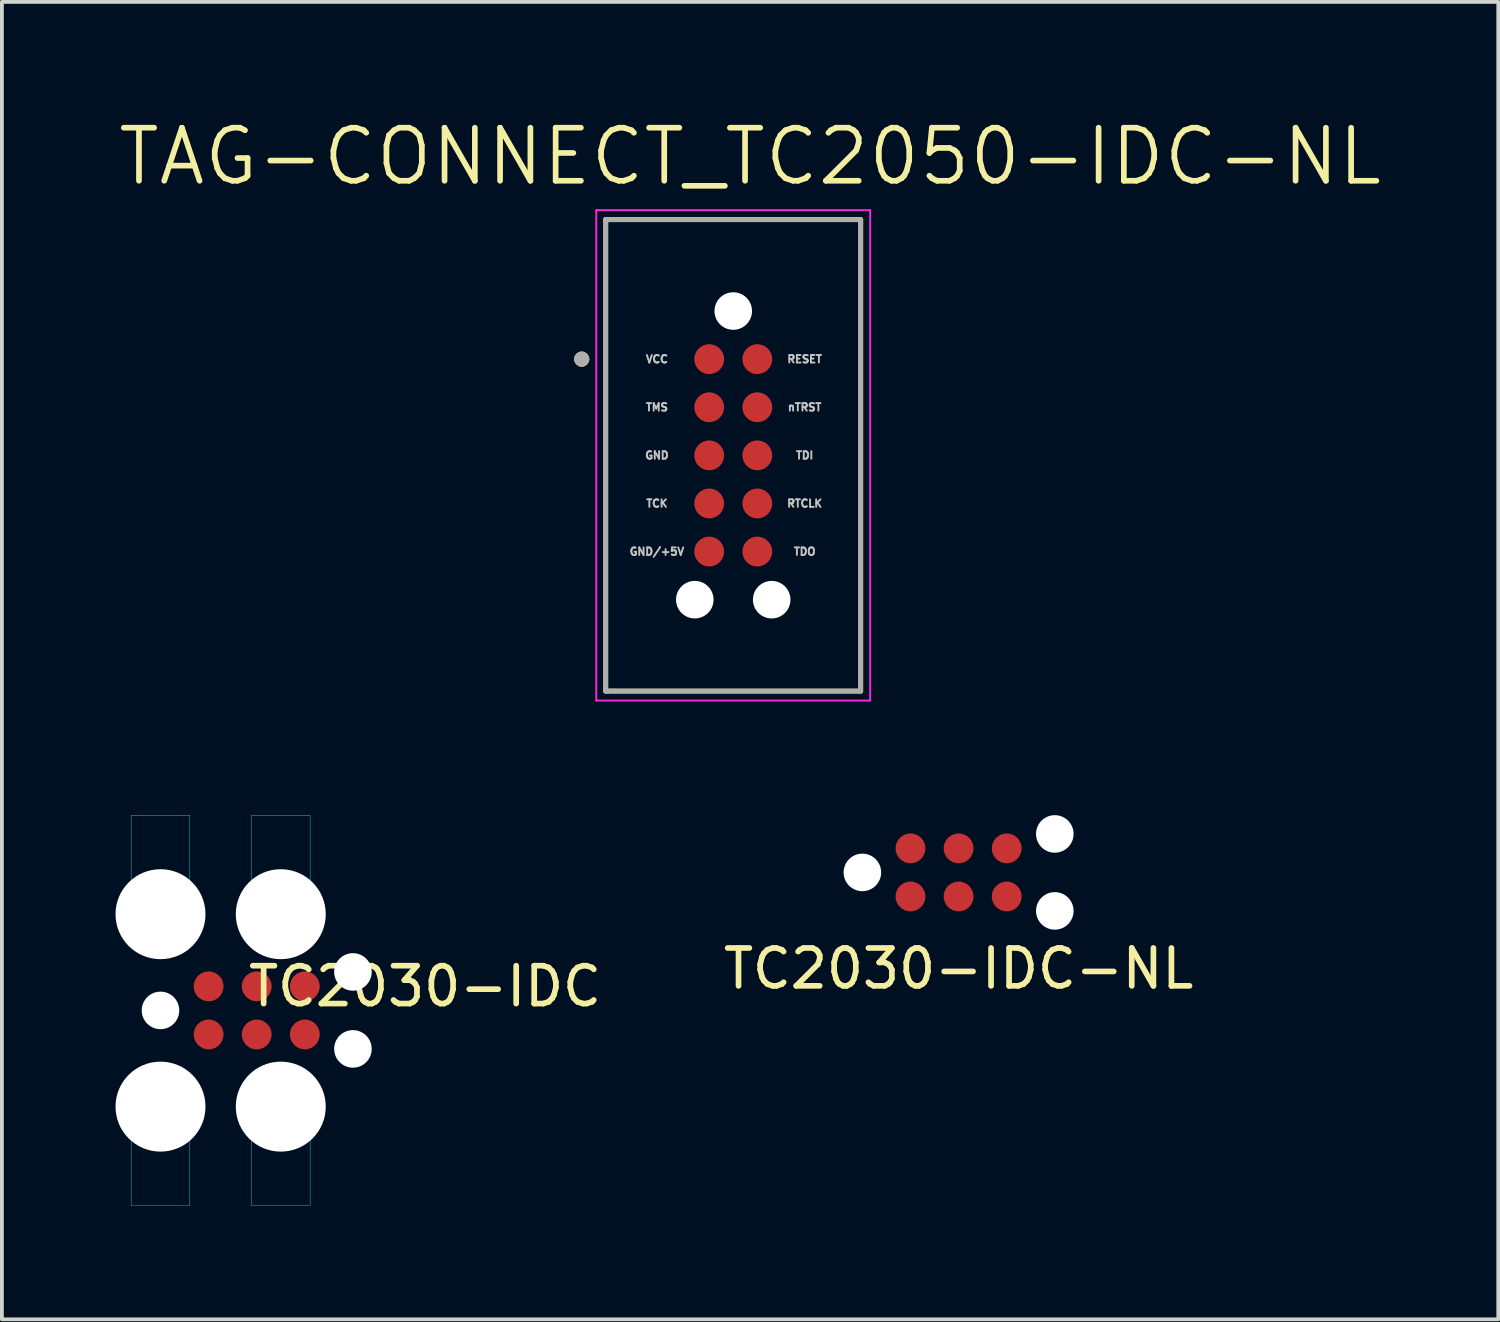
<source format=kicad_pcb>
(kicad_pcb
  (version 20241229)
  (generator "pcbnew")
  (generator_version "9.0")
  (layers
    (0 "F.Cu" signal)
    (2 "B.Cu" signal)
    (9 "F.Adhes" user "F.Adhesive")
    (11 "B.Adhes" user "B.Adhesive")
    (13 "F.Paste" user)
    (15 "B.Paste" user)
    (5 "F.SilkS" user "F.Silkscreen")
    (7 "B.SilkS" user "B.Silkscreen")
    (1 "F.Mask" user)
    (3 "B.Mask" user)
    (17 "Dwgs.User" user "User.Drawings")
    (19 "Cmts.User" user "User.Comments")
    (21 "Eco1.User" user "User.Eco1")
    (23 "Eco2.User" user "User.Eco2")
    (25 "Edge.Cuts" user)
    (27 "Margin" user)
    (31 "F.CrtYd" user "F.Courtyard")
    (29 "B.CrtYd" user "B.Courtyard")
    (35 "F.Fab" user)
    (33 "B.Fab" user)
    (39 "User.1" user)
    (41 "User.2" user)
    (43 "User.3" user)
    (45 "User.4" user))
  (footprint "TC2030-IDC-NL"
    (layer "F.Cu")
    (at 22.256 19.981)
    (property "Reference" "TC2030-IDC-NL" (at 0 2.54 0) (layer "F.SilkS") (effects (font (size 1 1) (thickness 0.15))))
    (attr through_hole)
    (pad "" np_thru_hole circle (at -2.54 0) (size 0.991 0.991) (drill 0.991) (layers "*.Cu" "*.Mask"))
    (pad "" np_thru_hole circle (at 2.54 -1.016) (size 0.991 0.991) (drill 0.991) (layers "*.Cu" "*.Mask"))
    (pad "" np_thru_hole circle (at 2.54 1.016) (size 0.991 0.991) (drill 0.991) (layers "*.Cu" "*.Mask"))
    (pad "1" smd circle (at -1.27 0.635) (size 0.787 0.787) (layers "F.Cu" "F.Mask" "F.Paste"))
    (pad "2" smd circle (at -1.27 -0.635) (size 0.787 0.787) (layers "F.Cu" "F.Mask" "F.Paste"))
    (pad "3" smd circle (at 0 0.635) (size 0.787 0.787) (layers "F.Cu" "F.Mask" "F.Paste"))
    (pad "4" smd circle (at 0 -0.635) (size 0.787 0.787) (layers "F.Cu" "F.Mask" "F.Paste"))
    (pad "5" smd circle (at 1.27 0.635) (size 0.787 0.787) (layers "F.Cu" "F.Mask" "F.Paste"))
    (pad "6" smd circle (at 1.27 -0.635) (size 0.787 0.787) (layers "F.Cu" "F.Mask" "F.Paste"))
    (zone (net_name "") (layer "F.Cu") (hatch full 0.508) (connect_pads) (min_thickness 0.01) (filled_areas_thickness no) (keepout (tracks not_allowed) (vias not_allowed) (pads not_allowed) (copperpour not_allowed) (footprints allowed)) (placement (enabled no)) (fill) (polygon (pts (xy 20.986 19.346) (xy 23.526 19.346) (xy 23.526 20.616) (xy 20.986 20.616)))))
  (footprint "TAG-CONNECT_TC2050-IDC-NL"
    (layer "F.Cu")
    (at 15.672 6.431)
    (property "Reference" "TAG-CONNECT_TC2050-IDC-NL" (at 1.08 -5.349 0) (layer "F.SilkS") (effects (font (size 1.4 1.4) (thickness 0.15))))
    (attr smd)
    (fp_line (start -2.731 -3.683) (end 4 -3.683) (stroke (width 0.127) (type solid)) (layer "F.SilkS"))
    (fp_line (start -2.731 8.763) (end -2.731 -3.683) (stroke (width 0.127) (type solid)) (layer "F.SilkS"))
    (fp_line (start 4 -3.683) (end 4 8.763) (stroke (width 0.127) (type solid)) (layer "F.SilkS"))
    (fp_line (start 4 8.763) (end -2.731 8.763) (stroke (width 0.127) (type solid)) (layer "F.SilkS"))
    (fp_circle (center -3.365 0) (end -3.265 0) (stroke (width 0.2) (type solid)) (fill no) (layer "F.SilkS"))
    (fp_line (start -2.981 -3.933) (end 4.25 -3.933) (stroke (width 0.05) (type solid)) (layer "F.CrtYd"))
    (fp_line (start -2.981 9.013) (end -2.981 -3.933) (stroke (width 0.05) (type solid)) (layer "F.CrtYd"))
    (fp_line (start 4.25 -3.933) (end 4.25 9.013) (stroke (width 0.05) (type solid)) (layer "F.CrtYd"))
    (fp_line (start 4.25 9.013) (end -2.981 9.013) (stroke (width 0.05) (type solid)) (layer "F.CrtYd"))
    (fp_line (start -2.731 -3.683) (end 4 -3.683) (stroke (width 0.127) (type solid)) (layer "F.Fab"))
    (fp_line (start -2.731 8.763) (end -2.731 -3.683) (stroke (width 0.127) (type solid)) (layer "F.Fab"))
    (fp_line (start 4 -3.683) (end 4 8.763) (stroke (width 0.127) (type solid)) (layer "F.Fab"))
    (fp_line (start 4 8.763) (end -2.731 8.763) (stroke (width 0.127) (type solid)) (layer "F.Fab"))
    (fp_circle (center -3.365 0) (end -3.265 0) (stroke (width 0.2) (type solid)) (fill no) (layer "F.Fab"))
    (fp_text user "TDO" (at 2.52 5.08 0) (unlocked yes) (layer "Dwgs.User") (effects (font (size 0.2 0.2) (thickness 0.05))))
    (fp_text user "GND/+5V" (at -1.38 5.08 0) (unlocked yes) (layer "Dwgs.User") (effects (font (size 0.2 0.2) (thickness 0.05))))
    (fp_text user "nTRST" (at 2.52 1.27 0) (unlocked yes) (layer "Dwgs.User") (effects (font (size 0.2 0.2) (thickness 0.05))))
    (fp_text user "VCC" (at -1.38 0 0) (unlocked yes) (layer "Dwgs.User") (effects (font (size 0.2 0.2) (thickness 0.05))))
    (fp_text user "GND" (at -1.38 2.54 0) (unlocked yes) (layer "Dwgs.User") (effects (font (size 0.2 0.2) (thickness 0.05))))
    (fp_text user "RESET" (at 2.52 0 0) (unlocked yes) (layer "Dwgs.User") (effects (font (size 0.2 0.2) (thickness 0.05))))
    (fp_text user "RTCLK" (at 2.52 3.81 0) (unlocked yes) (layer "Dwgs.User") (effects (font (size 0.2 0.2) (thickness 0.05))))
    (fp_text user "TMS" (at -1.38 1.27 0) (unlocked yes) (layer "Dwgs.User") (effects (font (size 0.2 0.2) (thickness 0.05))))
    (fp_text user "TCK" (at -1.38 3.81 0) (unlocked yes) (layer "Dwgs.User") (effects (font (size 0.2 0.2) (thickness 0.05))))
    (fp_text user "TDI" (at 2.52 2.54 0) (unlocked yes) (layer "Dwgs.User") (effects (font (size 0.2 0.2) (thickness 0.05))))
    (pad "" np_thru_hole circle (at -0.38 6.35) (size 0.991 0.991) (drill 0.991) (layers "*.Cu" "*.Mask"))
    (pad "" np_thru_hole circle (at 0.635 -1.27) (size 0.991 0.991) (drill 0.991) (layers "*.Cu" "*.Mask"))
    (pad "" np_thru_hole circle (at 1.65 6.35) (size 0.991 0.991) (drill 0.991) (layers "*.Cu" "*.Mask"))
    (pad "1" smd circle (at 0 0 270) (size 0.787 0.787) (layers "F.Cu" "F.Mask"))
    (pad "2" smd circle (at 0 1.27 270) (size 0.787 0.787) (layers "F.Cu" "F.Mask"))
    (pad "3" smd circle (at 0 2.54 270) (size 0.787 0.787) (layers "F.Cu" "F.Mask"))
    (pad "4" smd circle (at 0 3.81 270) (size 0.787 0.787) (layers "F.Cu" "F.Mask"))
    (pad "5" smd circle (at 0 5.08 270) (size 0.787 0.787) (layers "F.Cu" "F.Mask"))
    (pad "6" smd circle (at 1.27 5.08 90) (size 0.787 0.787) (layers "F.Cu" "F.Mask"))
    (pad "7" smd circle (at 1.27 3.81 90) (size 0.787 0.787) (layers "F.Cu" "F.Mask"))
    (pad "8" smd circle (at 1.27 2.54 90) (size 0.787 0.787) (layers "F.Cu" "F.Mask"))
    (pad "9" smd circle (at 1.27 1.27 90) (size 0.787 0.787) (layers "F.Cu" "F.Mask"))
    (pad "10" smd circle (at 1.27 0 90) (size 0.787 0.787) (layers "F.Cu" "F.Mask"))
    (zone (net_name "") (layer "F.Cu") (hatch full 0.508) (connect_pads) (min_thickness 0.01) (filled_areas_thickness no) (keepout (tracks not_allowed) (vias not_allowed) (pads allowed) (copperpour not_allowed) (footprints allowed)) (placement (enabled no)) (fill) (polygon (pts (xy 15.672 7.051) (xy 15.672 6.431) (xy 16.222 6.431) (xy 16.942 6.431) (xy 16.942 11.511) (xy 15.672 11.511))))
    (zone (net_name "") (layers "F.Cu" "B.Cu") (hatch full 0.508) (connect_pads) (min_thickness 0.01) (filled_areas_thickness no) (keepout (tracks allowed) (vias not_allowed) (pads allowed) (copperpour allowed) (footprints allowed)) (placement (enabled no)) (fill) (polygon (pts (xy 15.672 6.431) (xy 16.942 6.431) (xy 16.942 11.511) (xy 15.672 11.511))))
    (zone (net_name "") (layer "B.Cu") (hatch full 0.508) (connect_pads) (min_thickness 0.01) (filled_areas_thickness no) (keepout (tracks not_allowed) (vias not_allowed) (pads not_allowed) (copperpour not_allowed) (footprints allowed)) (placement (enabled no)) (fill) (polygon (pts (xy 15.672 6.431) (xy 16.942 6.431) (xy 16.942 11.511) (xy 15.672 11.511)))))
  (footprint "TC2030-IDC"
    (layer "F.Cu")
    (at 3.727 23.624)
    (property "Reference" "TC2030-IDC" (at 4.445 -0.635 180) (layer "F.SilkS") (effects (font (size 1 1) (thickness 0.15))))
    (attr through_hole)
    (fp_poly (pts (xy -3.315 -5.15) (xy -1.765 -5.15) (xy -1.765 -2.54) (xy -3.315 -2.54)) (stroke (width 0.01) (type solid)) (fill no) (layer "B.CrtYd"))
    (fp_poly (pts (xy -3.315 2.54) (xy -1.765 2.54) (xy -1.765 5.15) (xy -3.315 5.15)) (stroke (width 0.01) (type solid)) (fill no) (layer "B.CrtYd"))
    (fp_poly (pts (xy -0.14 -5.15) (xy 1.41 -5.15) (xy 1.41 -2.54) (xy -0.14 -2.54)) (stroke (width 0.01) (type solid)) (fill no) (layer "B.CrtYd"))
    (fp_poly (pts (xy -0.14 2.54) (xy 1.41 2.54) (xy 1.41 5.15) (xy -0.14 5.15)) (stroke (width 0.01) (type solid)) (fill no) (layer "B.CrtYd"))
    (pad "" np_thru_hole circle (at -2.54 -2.54) (size 2.375 2.375) (drill 2.375) (layers "*.Cu" "*.Mask"))
    (pad "" np_thru_hole circle (at -2.54 0) (size 0.991 0.991) (drill 0.991) (layers "*.Cu" "*.Mask"))
    (pad "" np_thru_hole circle (at -2.54 2.54) (size 2.375 2.375) (drill 2.375) (layers "*.Cu" "*.Mask"))
    (pad "" np_thru_hole circle (at 0.635 -2.54) (size 2.375 2.375) (drill 2.375) (layers "*.Cu" "*.Mask"))
    (pad "" np_thru_hole circle (at 0.635 2.54) (size 2.375 2.375) (drill 2.375) (layers "*.Cu" "*.Mask"))
    (pad "" np_thru_hole circle (at 2.54 -1.016) (size 0.991 0.991) (drill 0.991) (layers "*.Cu" "*.Mask"))
    (pad "" np_thru_hole circle (at 2.54 1.016) (size 0.991 0.991) (drill 0.991) (layers "*.Cu" "*.Mask"))
    (pad "1" smd circle (at -1.27 0.635) (size 0.787 0.787) (layers "F.Cu" "F.Mask" "F.Paste"))
    (pad "2" smd circle (at -1.27 -0.635) (size 0.787 0.787) (layers "F.Cu" "F.Mask" "F.Paste"))
    (pad "3" smd circle (at 0 0.635) (size 0.787 0.787) (layers "F.Cu" "F.Mask" "F.Paste"))
    (pad "4" smd circle (at 0 -0.635) (size 0.787 0.787) (layers "F.Cu" "F.Mask" "F.Paste"))
    (pad "5" smd circle (at 1.27 0.635) (size 0.787 0.787) (layers "F.Cu" "F.Mask" "F.Paste"))
    (pad "6" smd circle (at 1.27 -0.635) (size 0.787 0.787) (layers "F.Cu" "F.Mask" "F.Paste"))
    (zone (net_name "") (layer "F.Cu") (hatch full 0.508) (connect_pads) (min_thickness 0.01) (filled_areas_thickness no) (keepout (tracks not_allowed) (vias not_allowed) (pads not_allowed) (copperpour not_allowed) (footprints allowed)) (placement (enabled no)) (fill) (polygon (pts (xy 2.457 22.989) (xy 4.997 22.989) (xy 4.997 24.259) (xy 2.457 24.259)))))
  (gr_rect
    (start -3 -3)
    (end 36.503 31.779)
    (stroke (width 0.1) (type default))
    (fill no)
    (layer "Edge.Cuts")))
</source>
